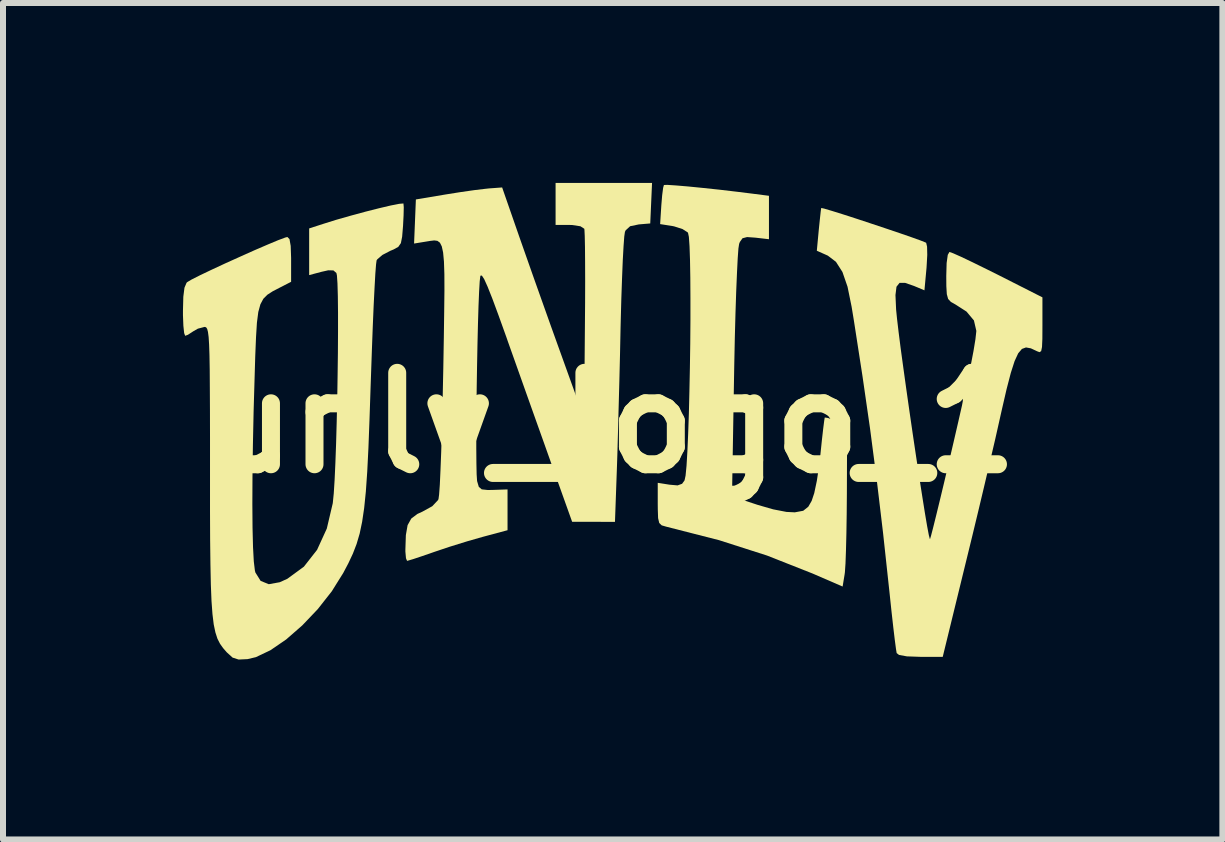
<source format=kicad_pcb>
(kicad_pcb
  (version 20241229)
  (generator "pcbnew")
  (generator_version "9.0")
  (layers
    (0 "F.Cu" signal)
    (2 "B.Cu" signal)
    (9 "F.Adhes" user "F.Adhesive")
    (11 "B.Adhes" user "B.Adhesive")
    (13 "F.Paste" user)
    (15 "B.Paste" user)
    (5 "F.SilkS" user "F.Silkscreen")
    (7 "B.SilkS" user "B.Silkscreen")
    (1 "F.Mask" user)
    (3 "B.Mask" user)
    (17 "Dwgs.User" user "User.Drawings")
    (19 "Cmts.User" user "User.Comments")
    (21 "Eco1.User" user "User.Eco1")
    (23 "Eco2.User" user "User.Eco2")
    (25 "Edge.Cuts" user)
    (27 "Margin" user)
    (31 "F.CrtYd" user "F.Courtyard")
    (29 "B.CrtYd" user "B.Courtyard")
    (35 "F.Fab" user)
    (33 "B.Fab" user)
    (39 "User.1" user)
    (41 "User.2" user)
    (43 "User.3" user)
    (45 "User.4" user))
  (footprint "unlv_logo_1"
    (layer "F.Cu")
    (at 7.164 4)
    (property "Reference" "unlv_logo_1" (at 0 0 0) (layer "F.SilkS") (effects (font (size 1.524 1.524) (thickness 0.3))))
    (attr board_only exclude_from_pos_files exclude_from_bom)
    (fp_poly (pts (xy 1.049 -3.959) (xy 1.252 -3.942) (xy 1.504 -3.917) (xy 1.787 -3.887) (xy 2.083 -3.852) (xy 2.317 -3.823) (xy 2.605 -3.786) (xy 2.605 -3.062) (xy 2.381 -3.088) (xy 2.24 -3.098) (xy 2.164 -3.078) (xy 2.12 -3.016) (xy 2.108 -2.985) (xy 2.096 -2.908) (xy 2.084 -2.742) (xy 2.072 -2.5) (xy 2.059 -2.191) (xy 2.047 -1.828) (xy 2.036 -1.422) (xy 2.027 -0.984) (xy 2.024 -0.816) (xy 1.989 1.225) (xy 2.415 1.366) (xy 2.675 1.441) (xy 2.897 1.484) (xy 3.036 1.491) (xy 3.176 1.465) (xy 3.261 1.397) (xy 3.317 1.3) (xy 3.36 1.171) (xy 3.403 0.967) (xy 3.442 0.711) (xy 3.463 0.525) (xy 3.487 0.292) (xy 3.509 0.099) (xy 3.526 -0.035) (xy 3.535 -0.09) (xy 3.535 -0.09) (xy 3.583 -0.083) (xy 3.69 -0.046) (xy 3.727 -0.03) (xy 3.908 0.045) (xy 3.904 1.185) (xy 3.901 1.526) (xy 3.896 1.844) (xy 3.889 2.123) (xy 3.881 2.344) (xy 3.871 2.491) (xy 3.866 2.527) (xy 3.833 2.728) (xy 3.332 2.511) (xy 2.572 2.211) (xy 1.773 1.955) (xy 0.908 1.734) (xy 0.889 1.729) (xy 0.817 1.708) (xy 0.776 1.669) (xy 0.757 1.588) (xy 0.752 1.443) (xy 0.751 1.348) (xy 0.751 0.999) (xy 0.947 1.03) (xy 1.082 1.042) (xy 1.157 1.015) (xy 1.198 0.958) (xy 1.215 0.879) (xy 1.231 0.714) (xy 1.245 0.478) (xy 1.258 0.183) (xy 1.27 -0.158) (xy 1.279 -0.531) (xy 1.287 -0.924) (xy 1.293 -1.322) (xy 1.296 -1.713) (xy 1.296 -2.084) (xy 1.294 -2.422) (xy 1.289 -2.712) (xy 1.281 -2.943) (xy 1.27 -3.101) (xy 1.255 -3.172) (xy 1.254 -3.173) (xy 1.165 -3.231) (xy 1.025 -3.276) (xy 0.99 -3.283) (xy 0.791 -3.314) (xy 0.811 -3.63) (xy 0.825 -3.797) (xy 0.841 -3.919) (xy 0.854 -3.966) (xy 0.91 -3.968)) (stroke (width 0) (type solid)) (fill yes) (layer "F.SilkS"))
    (fp_poly (pts (xy 3.524 -3.573) (xy 3.649 -3.536) (xy 3.832 -3.479) (xy 4.055 -3.407) (xy 4.3 -3.326) (xy 4.549 -3.243) (xy 4.783 -3.164) (xy 4.985 -3.094) (xy 5.135 -3.04) (xy 5.217 -3.007) (xy 5.226 -3.002) (xy 5.241 -2.938) (xy 5.244 -2.801) (xy 5.234 -2.62) (xy 5.232 -2.587) (xy 5.197 -2.21) (xy 5.023 -2.283) (xy 4.876 -2.334) (xy 4.782 -2.334) (xy 4.731 -2.27) (xy 4.714 -2.131) (xy 4.724 -1.906) (xy 4.725 -1.886) (xy 4.74 -1.737) (xy 4.766 -1.517) (xy 4.801 -1.241) (xy 4.845 -0.92) (xy 4.894 -0.567) (xy 4.947 -0.195) (xy 5.002 0.183) (xy 5.057 0.554) (xy 5.111 0.907) (xy 5.161 1.227) (xy 5.205 1.503) (xy 5.242 1.722) (xy 5.27 1.87) (xy 5.287 1.935) (xy 5.29 1.937) (xy 5.306 1.885) (xy 5.341 1.75) (xy 5.392 1.545) (xy 5.455 1.286) (xy 5.527 0.986) (xy 5.604 0.659) (xy 5.683 0.32) (xy 5.761 -0.018) (xy 5.834 -0.339) (xy 5.899 -0.63) (xy 5.914 -0.697) (xy 5.969 -0.959) (xy 6.015 -1.199) (xy 6.047 -1.394) (xy 6.061 -1.52) (xy 6.062 -1.535) (xy 6.022 -1.708) (xy 5.898 -1.856) (xy 5.714 -1.974) (xy 5.638 -2.017) (xy 5.592 -2.066) (xy 5.57 -2.146) (xy 5.562 -2.281) (xy 5.561 -2.451) (xy 5.567 -2.665) (xy 5.586 -2.801) (xy 5.614 -2.85) (xy 5.614 -2.85) (xy 5.675 -2.828) (xy 5.808 -2.769) (xy 5.999 -2.678) (xy 6.231 -2.564) (xy 6.416 -2.472) (xy 7.164 -2.093) (xy 7.164 -1.62) (xy 7.163 -1.401) (xy 7.157 -1.266) (xy 7.143 -1.197) (xy 7.116 -1.179) (xy 7.073 -1.195) (xy 7.067 -1.198) (xy 6.971 -1.243) (xy 6.89 -1.258) (xy 6.822 -1.233) (xy 6.76 -1.16) (xy 6.7 -1.03) (xy 6.637 -0.834) (xy 6.566 -0.561) (xy 6.484 -0.205) (xy 6.438 0) (xy 6.378 0.267) (xy 6.298 0.609) (xy 6.205 1.006) (xy 6.103 1.435) (xy 5.997 1.875) (xy 5.892 2.305) (xy 5.878 2.362) (xy 5.502 3.9) (xy 5.129 3.9) (xy 4.904 3.892) (xy 4.773 3.868) (xy 4.734 3.837) (xy 4.723 3.77) (xy 4.703 3.62) (xy 4.677 3.402) (xy 4.647 3.134) (xy 4.615 2.83) (xy 4.609 2.775) (xy 4.507 1.833) (xy 4.402 0.951) (xy 4.29 0.092) (xy 4.164 -0.781) (xy 4.021 -1.705) (xy 3.983 -1.937) (xy 3.915 -2.27) (xy 3.83 -2.516) (xy 3.722 -2.685) (xy 3.587 -2.788) (xy 3.567 -2.797) (xy 3.403 -2.87) (xy 3.436 -3.222) (xy 3.454 -3.397) (xy 3.468 -3.525) (xy 3.476 -3.582) (xy 3.476 -3.583)) (stroke (width 0) (type solid)) (fill yes) (layer "F.SilkS"))
    (fp_poly (pts (xy 0.641 -3.663) (xy 0.626 -3.325) (xy 0.436 -3.309) (xy 0.291 -3.279) (xy 0.216 -3.21) (xy 0.204 -3.184) (xy 0.193 -3.108) (xy 0.181 -2.945) (xy 0.168 -2.709) (xy 0.156 -2.413) (xy 0.144 -2.071) (xy 0.134 -1.697) (xy 0.131 -1.575) (xy 0.122 -1.142) (xy 0.111 -0.693) (xy 0.099 -0.25) (xy 0.088 0.162) (xy 0.078 0.52) (xy 0.069 0.787) (xy 0.038 1.65) (xy -0.319 1.649) (xy -0.676 1.649) (xy -1.02 0.687) (xy -1.144 0.338) (xy -1.291 -0.074) (xy -1.448 -0.515) (xy -1.604 -0.954) (xy -1.748 -1.359) (xy -1.769 -1.42) (xy -1.902 -1.79) (xy -2.006 -2.071) (xy -2.086 -2.272) (xy -2.143 -2.398) (xy -2.181 -2.456) (xy -2.203 -2.455) (xy -2.207 -2.445) (xy -2.217 -2.359) (xy -2.227 -2.188) (xy -2.237 -1.947) (xy -2.246 -1.651) (xy -2.254 -1.317) (xy -2.261 -0.957) (xy -2.267 -0.589) (xy -2.271 -0.227) (xy -2.274 0.115) (xy -2.274 0.419) (xy -2.272 0.673) (xy -2.268 0.86) (xy -2.261 0.966) (xy -2.259 0.975) (xy -2.232 1.066) (xy -2.183 1.108) (xy -2.081 1.119) (xy -1.99 1.117) (xy -1.753 1.109) (xy -1.753 1.789) (xy -2.167 1.9) (xy -2.429 1.975) (xy -2.722 2.066) (xy -2.984 2.154) (xy -2.989 2.156) (xy -3.177 2.221) (xy -3.327 2.271) (xy -3.415 2.297) (xy -3.428 2.3) (xy -3.446 2.256) (xy -3.456 2.146) (xy -3.456 2.112) (xy -3.448 1.87) (xy -3.419 1.705) (xy -3.358 1.595) (xy -3.256 1.518) (xy -3.173 1.48) (xy -3.008 1.389) (xy -2.912 1.287) (xy -2.904 1.27) (xy -2.894 1.196) (xy -2.882 1.033) (xy -2.871 0.793) (xy -2.859 0.486) (xy -2.848 0.125) (xy -2.837 -0.281) (xy -2.828 -0.719) (xy -2.824 -0.903) (xy -2.815 -1.426) (xy -2.809 -1.857) (xy -2.805 -2.206) (xy -2.806 -2.481) (xy -2.813 -2.689) (xy -2.827 -2.84) (xy -2.849 -2.942) (xy -2.88 -3.004) (xy -2.922 -3.035) (xy -2.975 -3.042) (xy -3.042 -3.034) (xy -3.121 -3.021) (xy -3.311 -2.99) (xy -3.281 -3.725) (xy -2.78 -3.809) (xy -2.54 -3.847) (xy -2.31 -3.88) (xy -2.127 -3.902) (xy -2.061 -3.909) (xy -1.843 -3.925) (xy -1.556 -3.1) (xy -1.448 -2.793) (xy -1.317 -2.421) (xy -1.173 -2.016) (xy -1.027 -1.606) (xy -0.889 -1.222) (xy -0.872 -1.175) (xy -0.476 -0.075) (xy -0.463 -1.625) (xy -0.46 -2.01) (xy -0.459 -2.365) (xy -0.46 -2.676) (xy -0.462 -2.931) (xy -0.466 -3.117) (xy -0.471 -3.22) (xy -0.474 -3.237) (xy -0.538 -3.278) (xy -0.676 -3.299) (xy -0.725 -3.3) (xy -0.952 -3.3) (xy -0.952 -4) (xy 0.656 -4)) (stroke (width 0) (type solid)) (fill yes) (layer "F.SilkS"))
    (fp_poly (pts (xy -3.488 -3.656) (xy -3.483 -3.594) (xy -3.486 -3.461) (xy -3.495 -3.286) (xy -3.495 -3.285) (xy -3.51 -3.104) (xy -3.531 -2.997) (xy -3.574 -2.935) (xy -3.651 -2.892) (xy -3.709 -2.868) (xy -3.839 -2.8) (xy -3.925 -2.726) (xy -3.936 -2.709) (xy -3.945 -2.642) (xy -3.957 -2.486) (xy -3.97 -2.253) (xy -3.985 -1.953) (xy -4 -1.598) (xy -4.015 -1.198) (xy -4.03 -0.766) (xy -4.035 -0.625) (xy -4.054 -0.06) (xy -4.072 0.416) (xy -4.092 0.814) (xy -4.115 1.144) (xy -4.143 1.419) (xy -4.177 1.649) (xy -4.218 1.845) (xy -4.269 2.018) (xy -4.331 2.179) (xy -4.406 2.339) (xy -4.492 2.502) (xy -4.684 2.809) (xy -4.917 3.105) (xy -5.175 3.376) (xy -5.443 3.61) (xy -5.706 3.79) (xy -5.948 3.905) (xy -6.087 3.938) (xy -6.236 3.945) (xy -6.336 3.913) (xy -6.432 3.826) (xy -6.435 3.823) (xy -6.495 3.754) (xy -6.546 3.682) (xy -6.589 3.598) (xy -6.623 3.493) (xy -6.651 3.36) (xy -6.672 3.188) (xy -6.688 2.97) (xy -6.699 2.696) (xy -6.706 2.359) (xy -6.711 1.948) (xy -6.713 1.457) (xy -6.713 0.875) (xy -6.713 0.791) (xy -6.713 0.24) (xy -6.714 -0.219) (xy -6.716 -0.595) (xy -6.718 -0.896) (xy -6.722 -1.131) (xy -6.728 -1.306) (xy -6.736 -1.432) (xy -6.747 -1.516) (xy -6.76 -1.566) (xy -6.776 -1.591) (xy -6.796 -1.6) (xy -6.804 -1.6) (xy -6.915 -1.571) (xy -6.992 -1.527) (xy -7.081 -1.469) (xy -7.127 -1.452) (xy -7.144 -1.497) (xy -7.157 -1.619) (xy -7.164 -1.796) (xy -7.164 -1.869) (xy -7.158 -2.103) (xy -7.139 -2.253) (xy -7.104 -2.336) (xy -7.091 -2.348) (xy -7.02 -2.39) (xy -6.878 -2.462) (xy -6.683 -2.555) (xy -6.455 -2.661) (xy -6.211 -2.771) (xy -5.972 -2.878) (xy -5.754 -2.972) (xy -5.577 -3.046) (xy -5.459 -3.09) (xy -5.423 -3.099) (xy -5.388 -3.064) (xy -5.368 -2.951) (xy -5.361 -2.75) (xy -5.361 -2.726) (xy -5.361 -2.352) (xy -5.548 -2.256) (xy -5.666 -2.195) (xy -5.756 -2.137) (xy -5.824 -2.069) (xy -5.873 -1.977) (xy -5.908 -1.849) (xy -5.931 -1.67) (xy -5.946 -1.428) (xy -5.959 -1.11) (xy -5.968 -0.809) (xy -5.986 -0.196) (xy -5.998 0.374) (xy -6.005 0.894) (xy -6.007 1.354) (xy -6.004 1.749) (xy -5.996 2.07) (xy -5.983 2.309) (xy -5.965 2.459) (xy -5.957 2.493) (xy -5.869 2.634) (xy -5.733 2.689) (xy -5.55 2.656) (xy -5.424 2.599) (xy -5.148 2.397) (xy -4.928 2.116) (xy -4.766 1.762) (xy -4.667 1.341) (xy -4.665 1.325) (xy -4.65 1.176) (xy -4.636 0.954) (xy -4.623 0.671) (xy -4.611 0.343) (xy -4.601 -0.019) (xy -4.592 -0.4) (xy -4.586 -0.786) (xy -4.581 -1.164) (xy -4.579 -1.521) (xy -4.579 -1.842) (xy -4.582 -2.114) (xy -4.588 -2.323) (xy -4.597 -2.457) (xy -4.606 -2.499) (xy -4.656 -2.542) (xy -4.742 -2.544) (xy -4.857 -2.518) (xy -5.06 -2.464) (xy -5.06 -3.242) (xy -4.822 -3.319) (xy -4.608 -3.386) (xy -4.369 -3.454) (xy -4.126 -3.52) (xy -3.897 -3.578) (xy -3.702 -3.624) (xy -3.56 -3.652) (xy -3.491 -3.658)) (stroke (width 0) (type solid)) (fill yes) (layer "F.SilkS")))
  (gr_rect
    (start -3 -3)
    (end 17.328 10.945)
    (stroke (width 0.1) (type default))
    (fill no)
    (layer "Edge.Cuts")))
</source>
